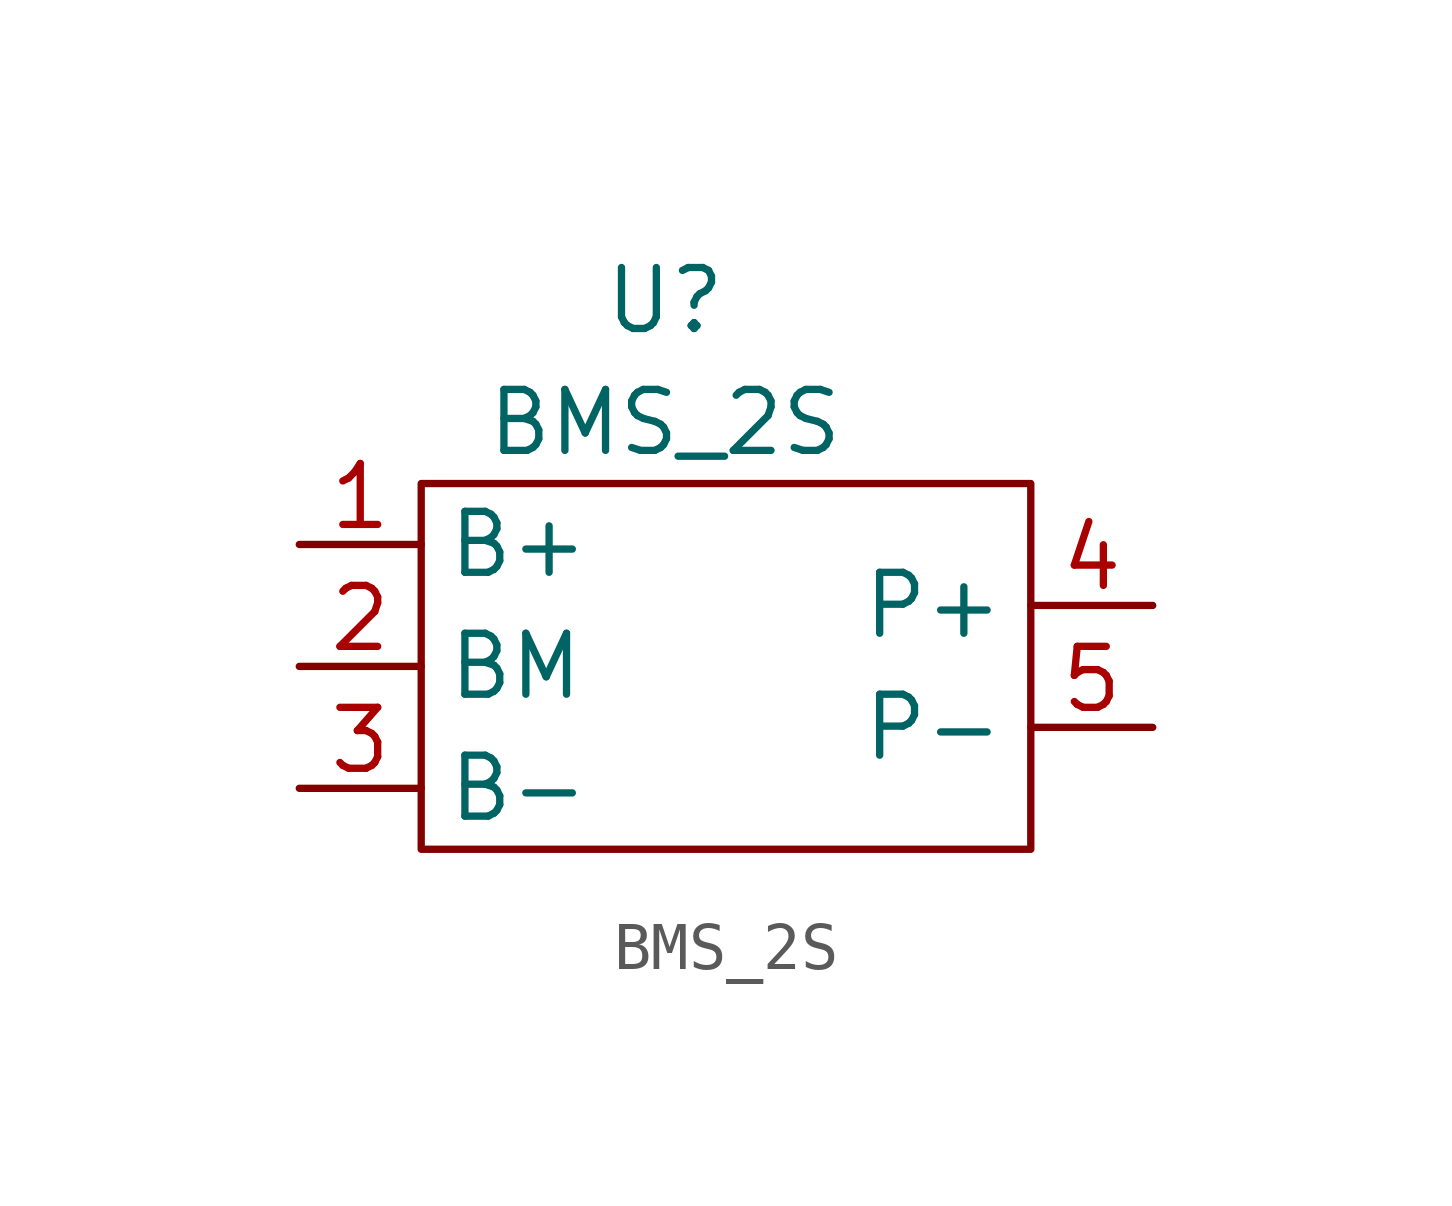
<source format=kicad_sym>
(kicad_symbol_lib
  (version 20211014)
  (generator kicad_symbol_editor)
  (symbol "BMS_2S"
    (property "Reference" "U"
      (at -1.27 8.89 0)
      (effects (font (size 1.27 1.27))))
    (property "Value" "BMS_2S"
      (at -1.27 6.35 0)
      (effects (font (size 1.27 1.27))))
    (symbol "BMS_2S_0_1"
      (rectangle (start -6.35 5.08) (end 6.35 -2.54) (stroke (width 0) (type default) (color 0 0 0 0)) (fill (type none))))
    (symbol "BMS_2S_1_1"
      (pin power_in line (at -8.89 3.81 0) (length 2.54) (name "B+" (effects (font (size 1.27 1.27)))) (number "1" (effects (font (size 1.27 1.27)))))
      (pin power_in line (at -8.89 1.27 0) (length 2.54) (name "BM" (effects (font (size 1.27 1.27)))) (number "2" (effects (font (size 1.27 1.27)))))
      (pin power_in line (at -8.89 -1.27 0) (length 2.54) (name "B-" (effects (font (size 1.27 1.27)))) (number "3" (effects (font (size 1.27 1.27)))))
      (pin power_out line (at 8.89 2.54 180) (length 2.54) (name "P+" (effects (font (size 1.27 1.27)))) (number "4" (effects (font (size 1.27 1.27)))))
      (pin power_out line (at 8.89 0 180) (length 2.54) (name "P-" (effects (font (size 1.27 1.27)))) (number "5" (effects (font (size 1.27 1.27))))))))
</source>
